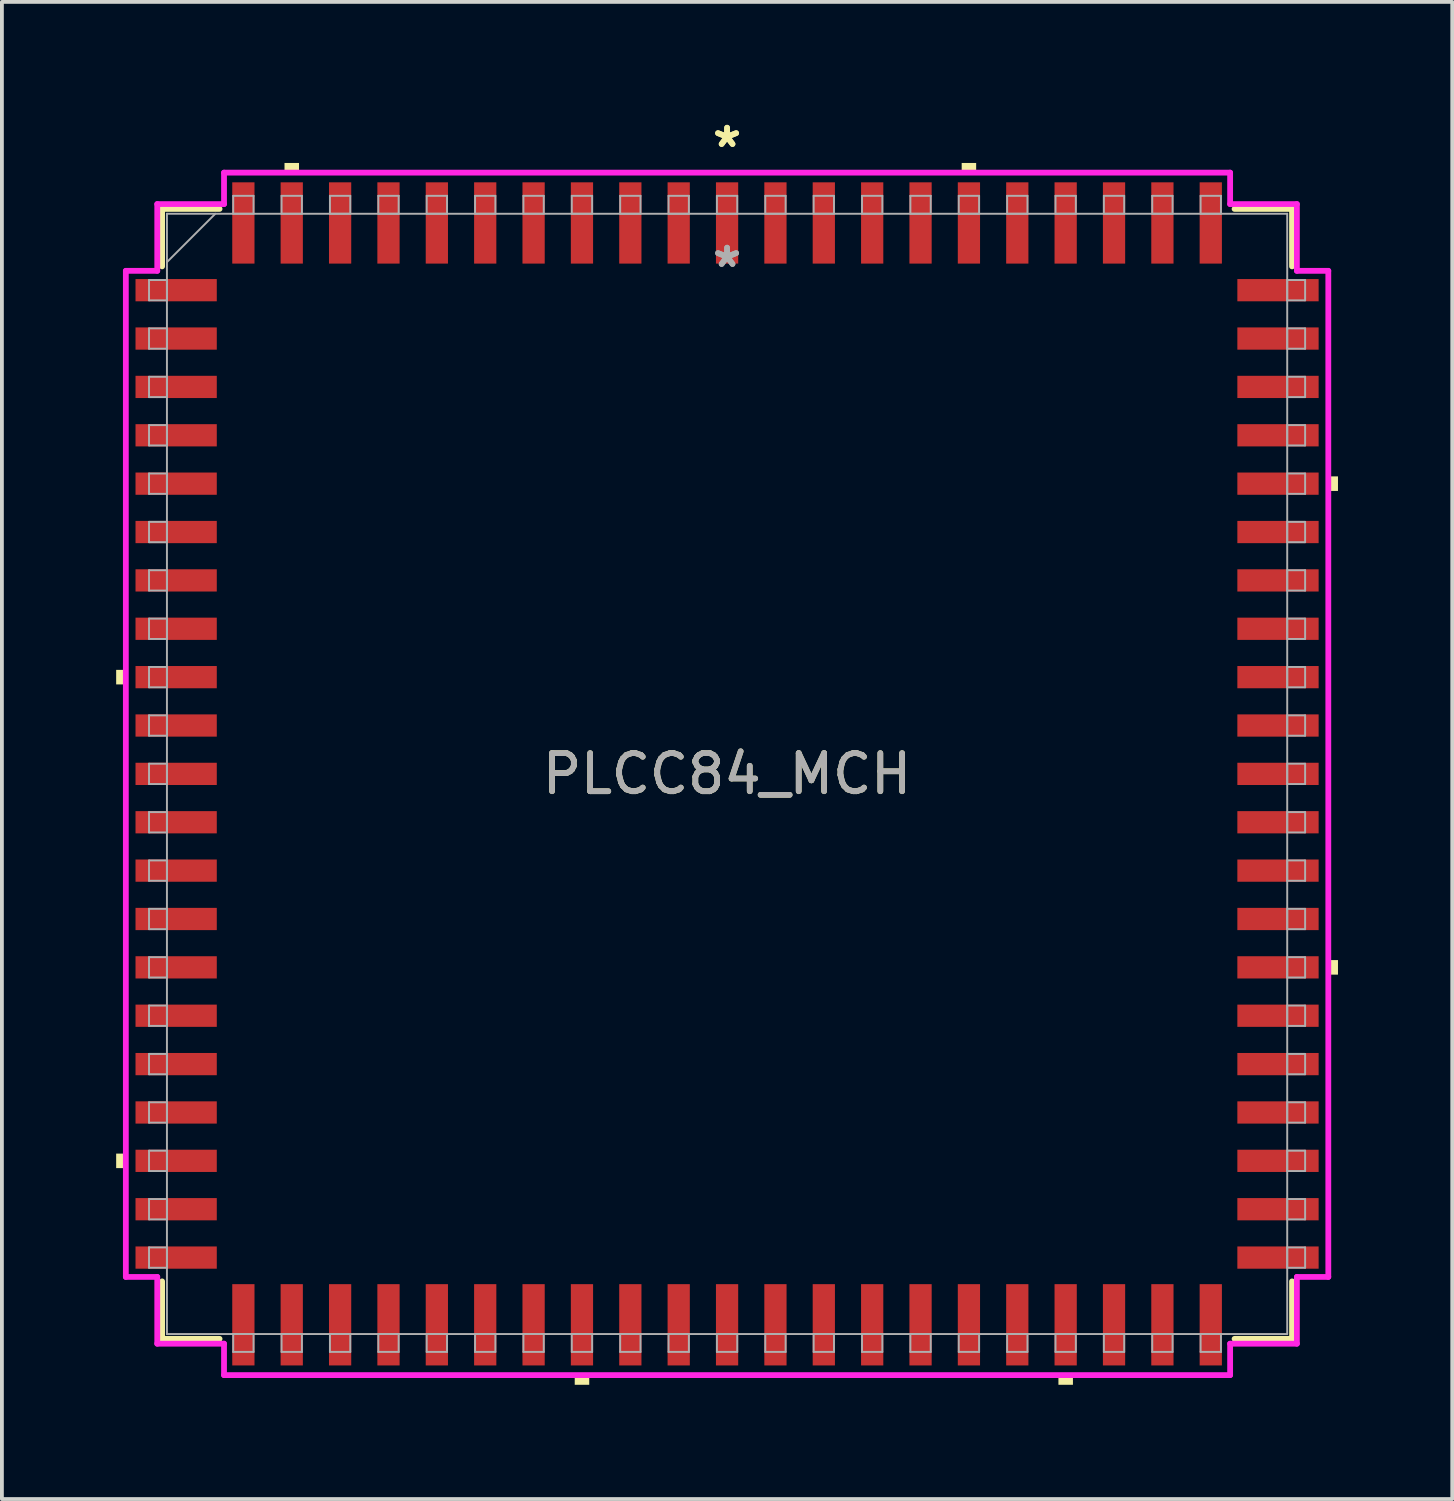
<source format=kicad_pcb>
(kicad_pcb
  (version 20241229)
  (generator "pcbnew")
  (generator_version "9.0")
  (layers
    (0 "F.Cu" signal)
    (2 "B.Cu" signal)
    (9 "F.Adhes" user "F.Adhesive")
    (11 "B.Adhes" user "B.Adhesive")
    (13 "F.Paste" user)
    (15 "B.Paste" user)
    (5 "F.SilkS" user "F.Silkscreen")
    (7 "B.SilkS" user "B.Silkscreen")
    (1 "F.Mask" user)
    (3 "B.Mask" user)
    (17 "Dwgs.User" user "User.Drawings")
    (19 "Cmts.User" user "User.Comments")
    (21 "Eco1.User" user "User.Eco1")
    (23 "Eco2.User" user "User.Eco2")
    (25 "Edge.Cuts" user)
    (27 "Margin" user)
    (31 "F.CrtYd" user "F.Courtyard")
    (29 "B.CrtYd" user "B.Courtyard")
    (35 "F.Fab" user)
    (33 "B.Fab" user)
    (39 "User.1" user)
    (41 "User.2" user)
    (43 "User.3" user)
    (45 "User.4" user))
  (footprint "PLCC84_MCH"
    (layer "F.Cu")
    (at 16.04 17.269)
    (property "Reference" "PLCC84_MCH" (at 0 0 0) (unlocked yes) (layer "F.SilkS") (effects (font (size 1 1) (thickness 0.15))))
    (attr smd)
    (fp_line (start -14.834 -14.834) (end -14.834 -13.325) (stroke (width 0.152) (type solid)) (layer "F.SilkS"))
    (fp_line (start -14.834 13.325) (end -14.834 14.834) (stroke (width 0.152) (type solid)) (layer "F.SilkS"))
    (fp_line (start -14.834 14.834) (end -13.325 14.834) (stroke (width 0.152) (type solid)) (layer "F.SilkS"))
    (fp_line (start -13.325 -14.834) (end -14.834 -14.834) (stroke (width 0.152) (type solid)) (layer "F.SilkS"))
    (fp_line (start 13.325 14.834) (end 14.834 14.834) (stroke (width 0.152) (type solid)) (layer "F.SilkS"))
    (fp_line (start 14.834 -14.834) (end 13.325 -14.834) (stroke (width 0.152) (type solid)) (layer "F.SilkS"))
    (fp_line (start 14.834 -13.325) (end 14.834 -14.834) (stroke (width 0.152) (type solid)) (layer "F.SilkS"))
    (fp_line (start 14.834 14.834) (end 14.834 13.325) (stroke (width 0.152) (type solid)) (layer "F.SilkS"))
    (fp_poly (pts (xy -16.04 -2.731) (xy -16.04 -2.349) (xy -15.786 -2.349) (xy -15.786 -2.731)) (stroke (width 0) (type solid)) (fill yes) (layer "F.SilkS"))
    (fp_poly (pts (xy -16.04 9.97) (xy -16.04 10.351) (xy -15.786 10.351) (xy -15.786 9.97)) (stroke (width 0) (type solid)) (fill yes) (layer "F.SilkS"))
    (fp_poly (pts (xy -11.62 -15.786) (xy -11.62 -16.04) (xy -11.239 -16.04) (xy -11.239 -15.786)) (stroke (width 0) (type solid)) (fill yes) (layer "F.SilkS"))
    (fp_poly (pts (xy -4 15.786) (xy -4 16.04) (xy -3.619 16.04) (xy -3.619 15.786)) (stroke (width 0) (type solid)) (fill yes) (layer "F.SilkS"))
    (fp_poly (pts (xy 6.16 -15.786) (xy 6.16 -16.04) (xy 6.54 -16.04) (xy 6.54 -15.786)) (stroke (width 0) (type solid)) (fill yes) (layer "F.SilkS"))
    (fp_poly (pts (xy 8.7 15.786) (xy 8.7 16.04) (xy 9.081 16.04) (xy 9.081 15.786)) (stroke (width 0) (type solid)) (fill yes) (layer "F.SilkS"))
    (fp_poly (pts (xy 16.04 -7.811) (xy 16.04 -7.429) (xy 15.786 -7.429) (xy 15.786 -7.811)) (stroke (width 0) (type solid)) (fill yes) (layer "F.SilkS"))
    (fp_poly (pts (xy 16.04 4.889) (xy 16.04 5.271) (xy 15.786 5.271) (xy 15.786 4.889)) (stroke (width 0) (type solid)) (fill yes) (layer "F.SilkS"))
    (fp_line (start -15.786 -13.208) (end -14.961 -13.208) (stroke (width 0.152) (type solid)) (layer "F.CrtYd"))
    (fp_line (start -15.786 13.208) (end -15.786 -13.208) (stroke (width 0.152) (type solid)) (layer "F.CrtYd"))
    (fp_line (start -15.786 13.208) (end -14.961 13.208) (stroke (width 0.152) (type solid)) (layer "F.CrtYd"))
    (fp_line (start -14.961 -14.961) (end -13.208 -14.961) (stroke (width 0.152) (type solid)) (layer "F.CrtYd"))
    (fp_line (start -14.961 -13.208) (end -14.961 -14.961) (stroke (width 0.152) (type solid)) (layer "F.CrtYd"))
    (fp_line (start -14.961 14.961) (end -14.961 13.208) (stroke (width 0.152) (type solid)) (layer "F.CrtYd"))
    (fp_line (start -13.208 -15.786) (end 13.208 -15.786) (stroke (width 0.152) (type solid)) (layer "F.CrtYd"))
    (fp_line (start -13.208 -14.961) (end -13.208 -15.786) (stroke (width 0.152) (type solid)) (layer "F.CrtYd"))
    (fp_line (start -13.208 14.961) (end -14.961 14.961) (stroke (width 0.152) (type solid)) (layer "F.CrtYd"))
    (fp_line (start -13.208 15.786) (end -13.208 14.961) (stroke (width 0.152) (type solid)) (layer "F.CrtYd"))
    (fp_line (start 13.208 -15.786) (end 13.208 -14.961) (stroke (width 0.152) (type solid)) (layer "F.CrtYd"))
    (fp_line (start 13.208 -14.961) (end 14.961 -14.961) (stroke (width 0.152) (type solid)) (layer "F.CrtYd"))
    (fp_line (start 13.208 14.961) (end 13.208 15.786) (stroke (width 0.152) (type solid)) (layer "F.CrtYd"))
    (fp_line (start 13.208 15.786) (end -13.208 15.786) (stroke (width 0.152) (type solid)) (layer "F.CrtYd"))
    (fp_line (start 14.961 -14.961) (end 14.961 -13.208) (stroke (width 0.152) (type solid)) (layer "F.CrtYd"))
    (fp_line (start 14.961 -13.208) (end 15.786 -13.208) (stroke (width 0.152) (type solid)) (layer "F.CrtYd"))
    (fp_line (start 14.961 13.208) (end 14.961 14.961) (stroke (width 0.152) (type solid)) (layer "F.CrtYd"))
    (fp_line (start 14.961 14.961) (end 13.208 14.961) (stroke (width 0.152) (type solid)) (layer "F.CrtYd"))
    (fp_line (start 15.786 -13.208) (end 15.786 13.208) (stroke (width 0.152) (type solid)) (layer "F.CrtYd"))
    (fp_line (start 15.786 13.208) (end 14.961 13.208) (stroke (width 0.152) (type solid)) (layer "F.CrtYd"))
    (fp_line (start -15.177 -12.967) (end -15.177 -12.433) (stroke (width 0.051) (type solid)) (layer "F.Fab"))
    (fp_line (start -15.177 -12.433) (end -14.707 -12.433) (stroke (width 0.051) (type solid)) (layer "F.Fab"))
    (fp_line (start -15.177 -11.697) (end -15.177 -11.163) (stroke (width 0.051) (type solid)) (layer "F.Fab"))
    (fp_line (start -15.177 -11.163) (end -14.707 -11.163) (stroke (width 0.051) (type solid)) (layer "F.Fab"))
    (fp_line (start -15.177 -10.427) (end -15.177 -9.893) (stroke (width 0.051) (type solid)) (layer "F.Fab"))
    (fp_line (start -15.177 -9.893) (end -14.707 -9.893) (stroke (width 0.051) (type solid)) (layer "F.Fab"))
    (fp_line (start -15.177 -9.157) (end -15.177 -8.623) (stroke (width 0.051) (type solid)) (layer "F.Fab"))
    (fp_line (start -15.177 -8.623) (end -14.707 -8.623) (stroke (width 0.051) (type solid)) (layer "F.Fab"))
    (fp_line (start -15.177 -7.887) (end -15.177 -7.353) (stroke (width 0.051) (type solid)) (layer "F.Fab"))
    (fp_line (start -15.177 -7.353) (end -14.707 -7.353) (stroke (width 0.051) (type solid)) (layer "F.Fab"))
    (fp_line (start -15.177 -6.617) (end -15.177 -6.083) (stroke (width 0.051) (type solid)) (layer "F.Fab"))
    (fp_line (start -15.177 -6.083) (end -14.707 -6.083) (stroke (width 0.051) (type solid)) (layer "F.Fab"))
    (fp_line (start -15.177 -5.347) (end -15.177 -4.813) (stroke (width 0.051) (type solid)) (layer "F.Fab"))
    (fp_line (start -15.177 -4.813) (end -14.707 -4.813) (stroke (width 0.051) (type solid)) (layer "F.Fab"))
    (fp_line (start -15.177 -4.077) (end -15.177 -3.543) (stroke (width 0.051) (type solid)) (layer "F.Fab"))
    (fp_line (start -15.177 -3.543) (end -14.707 -3.543) (stroke (width 0.051) (type solid)) (layer "F.Fab"))
    (fp_line (start -15.177 -2.807) (end -15.177 -2.273) (stroke (width 0.051) (type solid)) (layer "F.Fab"))
    (fp_line (start -15.177 -2.273) (end -14.707 -2.273) (stroke (width 0.051) (type solid)) (layer "F.Fab"))
    (fp_line (start -15.177 -1.537) (end -15.177 -1.003) (stroke (width 0.051) (type solid)) (layer "F.Fab"))
    (fp_line (start -15.177 -1.003) (end -14.707 -1.003) (stroke (width 0.051) (type solid)) (layer "F.Fab"))
    (fp_line (start -15.177 -0.267) (end -15.177 0.267) (stroke (width 0.051) (type solid)) (layer "F.Fab"))
    (fp_line (start -15.177 0.267) (end -14.707 0.267) (stroke (width 0.051) (type solid)) (layer "F.Fab"))
    (fp_line (start -15.177 1.003) (end -15.177 1.537) (stroke (width 0.051) (type solid)) (layer "F.Fab"))
    (fp_line (start -15.177 1.537) (end -14.707 1.537) (stroke (width 0.051) (type solid)) (layer "F.Fab"))
    (fp_line (start -15.177 2.273) (end -15.177 2.807) (stroke (width 0.051) (type solid)) (layer "F.Fab"))
    (fp_line (start -15.177 2.807) (end -14.707 2.807) (stroke (width 0.051) (type solid)) (layer "F.Fab"))
    (fp_line (start -15.177 3.543) (end -15.177 4.077) (stroke (width 0.051) (type solid)) (layer "F.Fab"))
    (fp_line (start -15.177 4.077) (end -14.707 4.077) (stroke (width 0.051) (type solid)) (layer "F.Fab"))
    (fp_line (start -15.177 4.813) (end -15.177 5.347) (stroke (width 0.051) (type solid)) (layer "F.Fab"))
    (fp_line (start -15.177 5.347) (end -14.707 5.347) (stroke (width 0.051) (type solid)) (layer "F.Fab"))
    (fp_line (start -15.177 6.083) (end -15.177 6.617) (stroke (width 0.051) (type solid)) (layer "F.Fab"))
    (fp_line (start -15.177 6.617) (end -14.707 6.617) (stroke (width 0.051) (type solid)) (layer "F.Fab"))
    (fp_line (start -15.177 7.353) (end -15.177 7.887) (stroke (width 0.051) (type solid)) (layer "F.Fab"))
    (fp_line (start -15.177 7.887) (end -14.707 7.887) (stroke (width 0.051) (type solid)) (layer "F.Fab"))
    (fp_line (start -15.177 8.623) (end -15.177 9.157) (stroke (width 0.051) (type solid)) (layer "F.Fab"))
    (fp_line (start -15.177 9.157) (end -14.707 9.157) (stroke (width 0.051) (type solid)) (layer "F.Fab"))
    (fp_line (start -15.177 9.893) (end -15.177 10.427) (stroke (width 0.051) (type solid)) (layer "F.Fab"))
    (fp_line (start -15.177 10.427) (end -14.707 10.427) (stroke (width 0.051) (type solid)) (layer "F.Fab"))
    (fp_line (start -15.177 11.163) (end -15.177 11.697) (stroke (width 0.051) (type solid)) (layer "F.Fab"))
    (fp_line (start -15.177 11.697) (end -14.707 11.697) (stroke (width 0.051) (type solid)) (layer "F.Fab"))
    (fp_line (start -15.177 12.433) (end -15.177 12.967) (stroke (width 0.051) (type solid)) (layer "F.Fab"))
    (fp_line (start -15.177 12.967) (end -14.707 12.967) (stroke (width 0.051) (type solid)) (layer "F.Fab"))
    (fp_line (start -14.707 -14.707) (end -14.707 14.707) (stroke (width 0.051) (type solid)) (layer "F.Fab"))
    (fp_line (start -14.707 -13.437) (end -13.437 -14.707) (stroke (width 0.051) (type solid)) (layer "F.Fab"))
    (fp_line (start -14.707 -12.967) (end -15.177 -12.967) (stroke (width 0.051) (type solid)) (layer "F.Fab"))
    (fp_line (start -14.707 -12.433) (end -14.707 -12.967) (stroke (width 0.051) (type solid)) (layer "F.Fab"))
    (fp_line (start -14.707 -11.697) (end -15.177 -11.697) (stroke (width 0.051) (type solid)) (layer "F.Fab"))
    (fp_line (start -14.707 -11.163) (end -14.707 -11.697) (stroke (width 0.051) (type solid)) (layer "F.Fab"))
    (fp_line (start -14.707 -10.427) (end -15.177 -10.427) (stroke (width 0.051) (type solid)) (layer "F.Fab"))
    (fp_line (start -14.707 -9.893) (end -14.707 -10.427) (stroke (width 0.051) (type solid)) (layer "F.Fab"))
    (fp_line (start -14.707 -9.157) (end -15.177 -9.157) (stroke (width 0.051) (type solid)) (layer "F.Fab"))
    (fp_line (start -14.707 -8.623) (end -14.707 -9.157) (stroke (width 0.051) (type solid)) (layer "F.Fab"))
    (fp_line (start -14.707 -7.887) (end -15.177 -7.887) (stroke (width 0.051) (type solid)) (layer "F.Fab"))
    (fp_line (start -14.707 -7.353) (end -14.707 -7.887) (stroke (width 0.051) (type solid)) (layer "F.Fab"))
    (fp_line (start -14.707 -6.617) (end -15.177 -6.617) (stroke (width 0.051) (type solid)) (layer "F.Fab"))
    (fp_line (start -14.707 -6.083) (end -14.707 -6.617) (stroke (width 0.051) (type solid)) (layer "F.Fab"))
    (fp_line (start -14.707 -5.347) (end -15.177 -5.347) (stroke (width 0.051) (type solid)) (layer "F.Fab"))
    (fp_line (start -14.707 -4.813) (end -14.707 -5.347) (stroke (width 0.051) (type solid)) (layer "F.Fab"))
    (fp_line (start -14.707 -4.077) (end -15.177 -4.077) (stroke (width 0.051) (type solid)) (layer "F.Fab"))
    (fp_line (start -14.707 -3.543) (end -14.707 -4.077) (stroke (width 0.051) (type solid)) (layer "F.Fab"))
    (fp_line (start -14.707 -2.807) (end -15.177 -2.807) (stroke (width 0.051) (type solid)) (layer "F.Fab"))
    (fp_line (start -14.707 -2.273) (end -14.707 -2.807) (stroke (width 0.051) (type solid)) (layer "F.Fab"))
    (fp_line (start -14.707 -1.537) (end -15.177 -1.537) (stroke (width 0.051) (type solid)) (layer "F.Fab"))
    (fp_line (start -14.707 -1.003) (end -14.707 -1.537) (stroke (width 0.051) (type solid)) (layer "F.Fab"))
    (fp_line (start -14.707 -0.267) (end -15.177 -0.267) (stroke (width 0.051) (type solid)) (layer "F.Fab"))
    (fp_line (start -14.707 0.267) (end -14.707 -0.267) (stroke (width 0.051) (type solid)) (layer "F.Fab"))
    (fp_line (start -14.707 1.003) (end -15.177 1.003) (stroke (width 0.051) (type solid)) (layer "F.Fab"))
    (fp_line (start -14.707 1.537) (end -14.707 1.003) (stroke (width 0.051) (type solid)) (layer "F.Fab"))
    (fp_line (start -14.707 2.273) (end -15.177 2.273) (stroke (width 0.051) (type solid)) (layer "F.Fab"))
    (fp_line (start -14.707 2.807) (end -14.707 2.273) (stroke (width 0.051) (type solid)) (layer "F.Fab"))
    (fp_line (start -14.707 3.543) (end -15.177 3.543) (stroke (width 0.051) (type solid)) (layer "F.Fab"))
    (fp_line (start -14.707 4.077) (end -14.707 3.543) (stroke (width 0.051) (type solid)) (layer "F.Fab"))
    (fp_line (start -14.707 4.813) (end -15.177 4.813) (stroke (width 0.051) (type solid)) (layer "F.Fab"))
    (fp_line (start -14.707 5.347) (end -14.707 4.813) (stroke (width 0.051) (type solid)) (layer "F.Fab"))
    (fp_line (start -14.707 6.083) (end -15.177 6.083) (stroke (width 0.051) (type solid)) (layer "F.Fab"))
    (fp_line (start -14.707 6.617) (end -14.707 6.083) (stroke (width 0.051) (type solid)) (layer "F.Fab"))
    (fp_line (start -14.707 7.353) (end -15.177 7.353) (stroke (width 0.051) (type solid)) (layer "F.Fab"))
    (fp_line (start -14.707 7.887) (end -14.707 7.353) (stroke (width 0.051) (type solid)) (layer "F.Fab"))
    (fp_line (start -14.707 8.623) (end -15.177 8.623) (stroke (width 0.051) (type solid)) (layer "F.Fab"))
    (fp_line (start -14.707 9.157) (end -14.707 8.623) (stroke (width 0.051) (type solid)) (layer "F.Fab"))
    (fp_line (start -14.707 9.893) (end -15.177 9.893) (stroke (width 0.051) (type solid)) (layer "F.Fab"))
    (fp_line (start -14.707 10.427) (end -14.707 9.893) (stroke (width 0.051) (type solid)) (layer "F.Fab"))
    (fp_line (start -14.707 11.163) (end -15.177 11.163) (stroke (width 0.051) (type solid)) (layer "F.Fab"))
    (fp_line (start -14.707 11.697) (end -14.707 11.163) (stroke (width 0.051) (type solid)) (layer "F.Fab"))
    (fp_line (start -14.707 12.433) (end -15.177 12.433) (stroke (width 0.051) (type solid)) (layer "F.Fab"))
    (fp_line (start -14.707 12.967) (end -14.707 12.433) (stroke (width 0.051) (type solid)) (layer "F.Fab"))
    (fp_line (start -14.707 14.707) (end 14.707 14.707) (stroke (width 0.051) (type solid)) (layer "F.Fab"))
    (fp_line (start -12.967 -15.177) (end -12.967 -14.707) (stroke (width 0.051) (type solid)) (layer "F.Fab"))
    (fp_line (start -12.967 -14.707) (end -12.433 -14.707) (stroke (width 0.051) (type solid)) (layer "F.Fab"))
    (fp_line (start -12.967 14.707) (end -12.967 15.177) (stroke (width 0.051) (type solid)) (layer "F.Fab"))
    (fp_line (start -12.967 15.177) (end -12.433 15.177) (stroke (width 0.051) (type solid)) (layer "F.Fab"))
    (fp_line (start -12.433 -15.177) (end -12.967 -15.177) (stroke (width 0.051) (type solid)) (layer "F.Fab"))
    (fp_line (start -12.433 -14.707) (end -12.433 -15.177) (stroke (width 0.051) (type solid)) (layer "F.Fab"))
    (fp_line (start -12.433 14.707) (end -12.967 14.707) (stroke (width 0.051) (type solid)) (layer "F.Fab"))
    (fp_line (start -12.433 15.177) (end -12.433 14.707) (stroke (width 0.051) (type solid)) (layer "F.Fab"))
    (fp_line (start -11.697 -15.177) (end -11.697 -14.707) (stroke (width 0.051) (type solid)) (layer "F.Fab"))
    (fp_line (start -11.697 -14.707) (end -11.163 -14.707) (stroke (width 0.051) (type solid)) (layer "F.Fab"))
    (fp_line (start -11.697 14.707) (end -11.697 15.177) (stroke (width 0.051) (type solid)) (layer "F.Fab"))
    (fp_line (start -11.697 15.177) (end -11.163 15.177) (stroke (width 0.051) (type solid)) (layer "F.Fab"))
    (fp_line (start -11.163 -15.177) (end -11.697 -15.177) (stroke (width 0.051) (type solid)) (layer "F.Fab"))
    (fp_line (start -11.163 -14.707) (end -11.163 -15.177) (stroke (width 0.051) (type solid)) (layer "F.Fab"))
    (fp_line (start -11.163 14.707) (end -11.697 14.707) (stroke (width 0.051) (type solid)) (layer "F.Fab"))
    (fp_line (start -11.163 15.177) (end -11.163 14.707) (stroke (width 0.051) (type solid)) (layer "F.Fab"))
    (fp_line (start -10.427 -15.177) (end -10.427 -14.707) (stroke (width 0.051) (type solid)) (layer "F.Fab"))
    (fp_line (start -10.427 -14.707) (end -9.893 -14.707) (stroke (width 0.051) (type solid)) (layer "F.Fab"))
    (fp_line (start -10.427 14.707) (end -10.427 15.177) (stroke (width 0.051) (type solid)) (layer "F.Fab"))
    (fp_line (start -10.427 15.177) (end -9.893 15.177) (stroke (width 0.051) (type solid)) (layer "F.Fab"))
    (fp_line (start -9.893 -15.177) (end -10.427 -15.177) (stroke (width 0.051) (type solid)) (layer "F.Fab"))
    (fp_line (start -9.893 -14.707) (end -9.893 -15.177) (stroke (width 0.051) (type solid)) (layer "F.Fab"))
    (fp_line (start -9.893 14.707) (end -10.427 14.707) (stroke (width 0.051) (type solid)) (layer "F.Fab"))
    (fp_line (start -9.893 15.177) (end -9.893 14.707) (stroke (width 0.051) (type solid)) (layer "F.Fab"))
    (fp_line (start -9.157 -15.177) (end -9.157 -14.707) (stroke (width 0.051) (type solid)) (layer "F.Fab"))
    (fp_line (start -9.157 -14.707) (end -8.623 -14.707) (stroke (width 0.051) (type solid)) (layer "F.Fab"))
    (fp_line (start -9.157 14.707) (end -9.157 15.177) (stroke (width 0.051) (type solid)) (layer "F.Fab"))
    (fp_line (start -9.157 15.177) (end -8.623 15.177) (stroke (width 0.051) (type solid)) (layer "F.Fab"))
    (fp_line (start -8.623 -15.177) (end -9.157 -15.177) (stroke (width 0.051) (type solid)) (layer "F.Fab"))
    (fp_line (start -8.623 -14.707) (end -8.623 -15.177) (stroke (width 0.051) (type solid)) (layer "F.Fab"))
    (fp_line (start -8.623 14.707) (end -9.157 14.707) (stroke (width 0.051) (type solid)) (layer "F.Fab"))
    (fp_line (start -8.623 15.177) (end -8.623 14.707) (stroke (width 0.051) (type solid)) (layer "F.Fab"))
    (fp_line (start -7.887 -15.177) (end -7.887 -14.707) (stroke (width 0.051) (type solid)) (layer "F.Fab"))
    (fp_line (start -7.887 -14.707) (end -7.353 -14.707) (stroke (width 0.051) (type solid)) (layer "F.Fab"))
    (fp_line (start -7.887 14.707) (end -7.887 15.177) (stroke (width 0.051) (type solid)) (layer "F.Fab"))
    (fp_line (start -7.887 15.177) (end -7.353 15.177) (stroke (width 0.051) (type solid)) (layer "F.Fab"))
    (fp_line (start -7.353 -15.177) (end -7.887 -15.177) (stroke (width 0.051) (type solid)) (layer "F.Fab"))
    (fp_line (start -7.353 -14.707) (end -7.353 -15.177) (stroke (width 0.051) (type solid)) (layer "F.Fab"))
    (fp_line (start -7.353 14.707) (end -7.887 14.707) (stroke (width 0.051) (type solid)) (layer "F.Fab"))
    (fp_line (start -7.353 15.177) (end -7.353 14.707) (stroke (width 0.051) (type solid)) (layer "F.Fab"))
    (fp_line (start -6.617 -15.177) (end -6.617 -14.707) (stroke (width 0.051) (type solid)) (layer "F.Fab"))
    (fp_line (start -6.617 -14.707) (end -6.083 -14.707) (stroke (width 0.051) (type solid)) (layer "F.Fab"))
    (fp_line (start -6.617 14.707) (end -6.617 15.177) (stroke (width 0.051) (type solid)) (layer "F.Fab"))
    (fp_line (start -6.617 15.177) (end -6.083 15.177) (stroke (width 0.051) (type solid)) (layer "F.Fab"))
    (fp_line (start -6.083 -15.177) (end -6.617 -15.177) (stroke (width 0.051) (type solid)) (layer "F.Fab"))
    (fp_line (start -6.083 -14.707) (end -6.083 -15.177) (stroke (width 0.051) (type solid)) (layer "F.Fab"))
    (fp_line (start -6.083 14.707) (end -6.617 14.707) (stroke (width 0.051) (type solid)) (layer "F.Fab"))
    (fp_line (start -6.083 15.177) (end -6.083 14.707) (stroke (width 0.051) (type solid)) (layer "F.Fab"))
    (fp_line (start -5.347 -15.177) (end -5.347 -14.707) (stroke (width 0.051) (type solid)) (layer "F.Fab"))
    (fp_line (start -5.347 -14.707) (end -4.813 -14.707) (stroke (width 0.051) (type solid)) (layer "F.Fab"))
    (fp_line (start -5.347 14.707) (end -5.347 15.177) (stroke (width 0.051) (type solid)) (layer "F.Fab"))
    (fp_line (start -5.347 15.177) (end -4.813 15.177) (stroke (width 0.051) (type solid)) (layer "F.Fab"))
    (fp_line (start -4.813 -15.177) (end -5.347 -15.177) (stroke (width 0.051) (type solid)) (layer "F.Fab"))
    (fp_line (start -4.813 -14.707) (end -4.813 -15.177) (stroke (width 0.051) (type solid)) (layer "F.Fab"))
    (fp_line (start -4.813 14.707) (end -5.347 14.707) (stroke (width 0.051) (type solid)) (layer "F.Fab"))
    (fp_line (start -4.813 15.177) (end -4.813 14.707) (stroke (width 0.051) (type solid)) (layer "F.Fab"))
    (fp_line (start -4.077 -15.177) (end -4.077 -14.707) (stroke (width 0.051) (type solid)) (layer "F.Fab"))
    (fp_line (start -4.077 -14.707) (end -3.543 -14.707) (stroke (width 0.051) (type solid)) (layer "F.Fab"))
    (fp_line (start -4.077 14.707) (end -4.077 15.177) (stroke (width 0.051) (type solid)) (layer "F.Fab"))
    (fp_line (start -4.077 15.177) (end -3.543 15.177) (stroke (width 0.051) (type solid)) (layer "F.Fab"))
    (fp_line (start -3.543 -15.177) (end -4.077 -15.177) (stroke (width 0.051) (type solid)) (layer "F.Fab"))
    (fp_line (start -3.543 -14.707) (end -3.543 -15.177) (stroke (width 0.051) (type solid)) (layer "F.Fab"))
    (fp_line (start -3.543 14.707) (end -4.077 14.707) (stroke (width 0.051) (type solid)) (layer "F.Fab"))
    (fp_line (start -3.543 15.177) (end -3.543 14.707) (stroke (width 0.051) (type solid)) (layer "F.Fab"))
    (fp_line (start -2.807 -15.177) (end -2.807 -14.707) (stroke (width 0.051) (type solid)) (layer "F.Fab"))
    (fp_line (start -2.807 -14.707) (end -2.273 -14.707) (stroke (width 0.051) (type solid)) (layer "F.Fab"))
    (fp_line (start -2.807 14.707) (end -2.807 15.177) (stroke (width 0.051) (type solid)) (layer "F.Fab"))
    (fp_line (start -2.807 15.177) (end -2.273 15.177) (stroke (width 0.051) (type solid)) (layer "F.Fab"))
    (fp_line (start -2.273 -15.177) (end -2.807 -15.177) (stroke (width 0.051) (type solid)) (layer "F.Fab"))
    (fp_line (start -2.273 -14.707) (end -2.273 -15.177) (stroke (width 0.051) (type solid)) (layer "F.Fab"))
    (fp_line (start -2.273 14.707) (end -2.807 14.707) (stroke (width 0.051) (type solid)) (layer "F.Fab"))
    (fp_line (start -2.273 15.177) (end -2.273 14.707) (stroke (width 0.051) (type solid)) (layer "F.Fab"))
    (fp_line (start -1.537 -15.177) (end -1.537 -14.707) (stroke (width 0.051) (type solid)) (layer "F.Fab"))
    (fp_line (start -1.537 -14.707) (end -1.003 -14.707) (stroke (width 0.051) (type solid)) (layer "F.Fab"))
    (fp_line (start -1.537 14.707) (end -1.537 15.177) (stroke (width 0.051) (type solid)) (layer "F.Fab"))
    (fp_line (start -1.537 15.177) (end -1.003 15.177) (stroke (width 0.051) (type solid)) (layer "F.Fab"))
    (fp_line (start -1.003 -15.177) (end -1.537 -15.177) (stroke (width 0.051) (type solid)) (layer "F.Fab"))
    (fp_line (start -1.003 -14.707) (end -1.003 -15.177) (stroke (width 0.051) (type solid)) (layer "F.Fab"))
    (fp_line (start -1.003 14.707) (end -1.537 14.707) (stroke (width 0.051) (type solid)) (layer "F.Fab"))
    (fp_line (start -1.003 15.177) (end -1.003 14.707) (stroke (width 0.051) (type solid)) (layer "F.Fab"))
    (fp_line (start -0.267 -15.177) (end -0.267 -14.707) (stroke (width 0.051) (type solid)) (layer "F.Fab"))
    (fp_line (start -0.267 -14.707) (end 0.267 -14.707) (stroke (width 0.051) (type solid)) (layer "F.Fab"))
    (fp_line (start -0.267 14.707) (end -0.267 15.177) (stroke (width 0.051) (type solid)) (layer "F.Fab"))
    (fp_line (start -0.267 15.177) (end 0.267 15.177) (stroke (width 0.051) (type solid)) (layer "F.Fab"))
    (fp_line (start 0.267 -15.177) (end -0.267 -15.177) (stroke (width 0.051) (type solid)) (layer "F.Fab"))
    (fp_line (start 0.267 -14.707) (end 0.267 -15.177) (stroke (width 0.051) (type solid)) (layer "F.Fab"))
    (fp_line (start 0.267 14.707) (end -0.267 14.707) (stroke (width 0.051) (type solid)) (layer "F.Fab"))
    (fp_line (start 0.267 15.177) (end 0.267 14.707) (stroke (width 0.051) (type solid)) (layer "F.Fab"))
    (fp_line (start 1.003 -15.177) (end 1.003 -14.707) (stroke (width 0.051) (type solid)) (layer "F.Fab"))
    (fp_line (start 1.003 -14.707) (end 1.537 -14.707) (stroke (width 0.051) (type solid)) (layer "F.Fab"))
    (fp_line (start 1.003 14.707) (end 1.003 15.177) (stroke (width 0.051) (type solid)) (layer "F.Fab"))
    (fp_line (start 1.003 15.177) (end 1.537 15.177) (stroke (width 0.051) (type solid)) (layer "F.Fab"))
    (fp_line (start 1.537 -15.177) (end 1.003 -15.177) (stroke (width 0.051) (type solid)) (layer "F.Fab"))
    (fp_line (start 1.537 -14.707) (end 1.537 -15.177) (stroke (width 0.051) (type solid)) (layer "F.Fab"))
    (fp_line (start 1.537 14.707) (end 1.003 14.707) (stroke (width 0.051) (type solid)) (layer "F.Fab"))
    (fp_line (start 1.537 15.177) (end 1.537 14.707) (stroke (width 0.051) (type solid)) (layer "F.Fab"))
    (fp_line (start 2.273 -15.177) (end 2.273 -14.707) (stroke (width 0.051) (type solid)) (layer "F.Fab"))
    (fp_line (start 2.273 -14.707) (end 2.807 -14.707) (stroke (width 0.051) (type solid)) (layer "F.Fab"))
    (fp_line (start 2.273 14.707) (end 2.273 15.177) (stroke (width 0.051) (type solid)) (layer "F.Fab"))
    (fp_line (start 2.273 15.177) (end 2.807 15.177) (stroke (width 0.051) (type solid)) (layer "F.Fab"))
    (fp_line (start 2.807 -15.177) (end 2.273 -15.177) (stroke (width 0.051) (type solid)) (layer "F.Fab"))
    (fp_line (start 2.807 -14.707) (end 2.807 -15.177) (stroke (width 0.051) (type solid)) (layer "F.Fab"))
    (fp_line (start 2.807 14.707) (end 2.273 14.707) (stroke (width 0.051) (type solid)) (layer "F.Fab"))
    (fp_line (start 2.807 15.177) (end 2.807 14.707) (stroke (width 0.051) (type solid)) (layer "F.Fab"))
    (fp_line (start 3.543 -15.177) (end 3.543 -14.707) (stroke (width 0.051) (type solid)) (layer "F.Fab"))
    (fp_line (start 3.543 -14.707) (end 4.077 -14.707) (stroke (width 0.051) (type solid)) (layer "F.Fab"))
    (fp_line (start 3.543 14.707) (end 3.543 15.177) (stroke (width 0.051) (type solid)) (layer "F.Fab"))
    (fp_line (start 3.543 15.177) (end 4.077 15.177) (stroke (width 0.051) (type solid)) (layer "F.Fab"))
    (fp_line (start 4.077 -15.177) (end 3.543 -15.177) (stroke (width 0.051) (type solid)) (layer "F.Fab"))
    (fp_line (start 4.077 -14.707) (end 4.077 -15.177) (stroke (width 0.051) (type solid)) (layer "F.Fab"))
    (fp_line (start 4.077 14.707) (end 3.543 14.707) (stroke (width 0.051) (type solid)) (layer "F.Fab"))
    (fp_line (start 4.077 15.177) (end 4.077 14.707) (stroke (width 0.051) (type solid)) (layer "F.Fab"))
    (fp_line (start 4.813 -15.177) (end 4.813 -14.707) (stroke (width 0.051) (type solid)) (layer "F.Fab"))
    (fp_line (start 4.813 -14.707) (end 5.347 -14.707) (stroke (width 0.051) (type solid)) (layer "F.Fab"))
    (fp_line (start 4.813 14.707) (end 4.813 15.177) (stroke (width 0.051) (type solid)) (layer "F.Fab"))
    (fp_line (start 4.813 15.177) (end 5.347 15.177) (stroke (width 0.051) (type solid)) (layer "F.Fab"))
    (fp_line (start 5.347 -15.177) (end 4.813 -15.177) (stroke (width 0.051) (type solid)) (layer "F.Fab"))
    (fp_line (start 5.347 -14.707) (end 5.347 -15.177) (stroke (width 0.051) (type solid)) (layer "F.Fab"))
    (fp_line (start 5.347 14.707) (end 4.813 14.707) (stroke (width 0.051) (type solid)) (layer "F.Fab"))
    (fp_line (start 5.347 15.177) (end 5.347 14.707) (stroke (width 0.051) (type solid)) (layer "F.Fab"))
    (fp_line (start 6.083 -15.177) (end 6.083 -14.707) (stroke (width 0.051) (type solid)) (layer "F.Fab"))
    (fp_line (start 6.083 -14.707) (end 6.617 -14.707) (stroke (width 0.051) (type solid)) (layer "F.Fab"))
    (fp_line (start 6.083 14.707) (end 6.083 15.177) (stroke (width 0.051) (type solid)) (layer "F.Fab"))
    (fp_line (start 6.083 15.177) (end 6.617 15.177) (stroke (width 0.051) (type solid)) (layer "F.Fab"))
    (fp_line (start 6.617 -15.177) (end 6.083 -15.177) (stroke (width 0.051) (type solid)) (layer "F.Fab"))
    (fp_line (start 6.617 -14.707) (end 6.617 -15.177) (stroke (width 0.051) (type solid)) (layer "F.Fab"))
    (fp_line (start 6.617 14.707) (end 6.083 14.707) (stroke (width 0.051) (type solid)) (layer "F.Fab"))
    (fp_line (start 6.617 15.177) (end 6.617 14.707) (stroke (width 0.051) (type solid)) (layer "F.Fab"))
    (fp_line (start 7.353 -15.177) (end 7.353 -14.707) (stroke (width 0.051) (type solid)) (layer "F.Fab"))
    (fp_line (start 7.353 -14.707) (end 7.887 -14.707) (stroke (width 0.051) (type solid)) (layer "F.Fab"))
    (fp_line (start 7.353 14.707) (end 7.353 15.177) (stroke (width 0.051) (type solid)) (layer "F.Fab"))
    (fp_line (start 7.353 15.177) (end 7.887 15.177) (stroke (width 0.051) (type solid)) (layer "F.Fab"))
    (fp_line (start 7.887 -15.177) (end 7.353 -15.177) (stroke (width 0.051) (type solid)) (layer "F.Fab"))
    (fp_line (start 7.887 -14.707) (end 7.887 -15.177) (stroke (width 0.051) (type solid)) (layer "F.Fab"))
    (fp_line (start 7.887 14.707) (end 7.353 14.707) (stroke (width 0.051) (type solid)) (layer "F.Fab"))
    (fp_line (start 7.887 15.177) (end 7.887 14.707) (stroke (width 0.051) (type solid)) (layer "F.Fab"))
    (fp_line (start 8.623 -15.177) (end 8.623 -14.707) (stroke (width 0.051) (type solid)) (layer "F.Fab"))
    (fp_line (start 8.623 -14.707) (end 9.157 -14.707) (stroke (width 0.051) (type solid)) (layer "F.Fab"))
    (fp_line (start 8.623 14.707) (end 8.623 15.177) (stroke (width 0.051) (type solid)) (layer "F.Fab"))
    (fp_line (start 8.623 15.177) (end 9.157 15.177) (stroke (width 0.051) (type solid)) (layer "F.Fab"))
    (fp_line (start 9.157 -15.177) (end 8.623 -15.177) (stroke (width 0.051) (type solid)) (layer "F.Fab"))
    (fp_line (start 9.157 -14.707) (end 9.157 -15.177) (stroke (width 0.051) (type solid)) (layer "F.Fab"))
    (fp_line (start 9.157 14.707) (end 8.623 14.707) (stroke (width 0.051) (type solid)) (layer "F.Fab"))
    (fp_line (start 9.157 15.177) (end 9.157 14.707) (stroke (width 0.051) (type solid)) (layer "F.Fab"))
    (fp_line (start 9.893 -15.177) (end 9.893 -14.707) (stroke (width 0.051) (type solid)) (layer "F.Fab"))
    (fp_line (start 9.893 -14.707) (end 10.427 -14.707) (stroke (width 0.051) (type solid)) (layer "F.Fab"))
    (fp_line (start 9.893 14.707) (end 9.893 15.177) (stroke (width 0.051) (type solid)) (layer "F.Fab"))
    (fp_line (start 9.893 15.177) (end 10.427 15.177) (stroke (width 0.051) (type solid)) (layer "F.Fab"))
    (fp_line (start 10.427 -15.177) (end 9.893 -15.177) (stroke (width 0.051) (type solid)) (layer "F.Fab"))
    (fp_line (start 10.427 -14.707) (end 10.427 -15.177) (stroke (width 0.051) (type solid)) (layer "F.Fab"))
    (fp_line (start 10.427 14.707) (end 9.893 14.707) (stroke (width 0.051) (type solid)) (layer "F.Fab"))
    (fp_line (start 10.427 15.177) (end 10.427 14.707) (stroke (width 0.051) (type solid)) (layer "F.Fab"))
    (fp_line (start 11.163 -15.177) (end 11.163 -14.707) (stroke (width 0.051) (type solid)) (layer "F.Fab"))
    (fp_line (start 11.163 -14.707) (end 11.697 -14.707) (stroke (width 0.051) (type solid)) (layer "F.Fab"))
    (fp_line (start 11.163 14.707) (end 11.163 15.177) (stroke (width 0.051) (type solid)) (layer "F.Fab"))
    (fp_line (start 11.163 15.177) (end 11.697 15.177) (stroke (width 0.051) (type solid)) (layer "F.Fab"))
    (fp_line (start 11.697 -15.177) (end 11.163 -15.177) (stroke (width 0.051) (type solid)) (layer "F.Fab"))
    (fp_line (start 11.697 -14.707) (end 11.697 -15.177) (stroke (width 0.051) (type solid)) (layer "F.Fab"))
    (fp_line (start 11.697 14.707) (end 11.163 14.707) (stroke (width 0.051) (type solid)) (layer "F.Fab"))
    (fp_line (start 11.697 15.177) (end 11.697 14.707) (stroke (width 0.051) (type solid)) (layer "F.Fab"))
    (fp_line (start 12.433 -15.177) (end 12.433 -14.707) (stroke (width 0.051) (type solid)) (layer "F.Fab"))
    (fp_line (start 12.433 -14.707) (end 12.967 -14.707) (stroke (width 0.051) (type solid)) (layer "F.Fab"))
    (fp_line (start 12.433 14.707) (end 12.433 15.177) (stroke (width 0.051) (type solid)) (layer "F.Fab"))
    (fp_line (start 12.433 15.177) (end 12.967 15.177) (stroke (width 0.051) (type solid)) (layer "F.Fab"))
    (fp_line (start 12.967 -15.177) (end 12.433 -15.177) (stroke (width 0.051) (type solid)) (layer "F.Fab"))
    (fp_line (start 12.967 -14.707) (end 12.967 -15.177) (stroke (width 0.051) (type solid)) (layer "F.Fab"))
    (fp_line (start 12.967 14.707) (end 12.433 14.707) (stroke (width 0.051) (type solid)) (layer "F.Fab"))
    (fp_line (start 12.967 15.177) (end 12.967 14.707) (stroke (width 0.051) (type solid)) (layer "F.Fab"))
    (fp_line (start 14.707 -14.707) (end -14.707 -14.707) (stroke (width 0.051) (type solid)) (layer "F.Fab"))
    (fp_line (start 14.707 -12.967) (end 14.707 -12.433) (stroke (width 0.051) (type solid)) (layer "F.Fab"))
    (fp_line (start 14.707 -12.433) (end 15.177 -12.433) (stroke (width 0.051) (type solid)) (layer "F.Fab"))
    (fp_line (start 14.707 -11.697) (end 14.707 -11.163) (stroke (width 0.051) (type solid)) (layer "F.Fab"))
    (fp_line (start 14.707 -11.163) (end 15.177 -11.163) (stroke (width 0.051) (type solid)) (layer "F.Fab"))
    (fp_line (start 14.707 -10.427) (end 14.707 -9.893) (stroke (width 0.051) (type solid)) (layer "F.Fab"))
    (fp_line (start 14.707 -9.893) (end 15.177 -9.893) (stroke (width 0.051) (type solid)) (layer "F.Fab"))
    (fp_line (start 14.707 -9.157) (end 14.707 -8.623) (stroke (width 0.051) (type solid)) (layer "F.Fab"))
    (fp_line (start 14.707 -8.623) (end 15.177 -8.623) (stroke (width 0.051) (type solid)) (layer "F.Fab"))
    (fp_line (start 14.707 -7.887) (end 14.707 -7.353) (stroke (width 0.051) (type solid)) (layer "F.Fab"))
    (fp_line (start 14.707 -7.353) (end 15.177 -7.353) (stroke (width 0.051) (type solid)) (layer "F.Fab"))
    (fp_line (start 14.707 -6.617) (end 14.707 -6.083) (stroke (width 0.051) (type solid)) (layer "F.Fab"))
    (fp_line (start 14.707 -6.083) (end 15.177 -6.083) (stroke (width 0.051) (type solid)) (layer "F.Fab"))
    (fp_line (start 14.707 -5.347) (end 14.707 -4.813) (stroke (width 0.051) (type solid)) (layer "F.Fab"))
    (fp_line (start 14.707 -4.813) (end 15.177 -4.813) (stroke (width 0.051) (type solid)) (layer "F.Fab"))
    (fp_line (start 14.707 -4.077) (end 14.707 -3.543) (stroke (width 0.051) (type solid)) (layer "F.Fab"))
    (fp_line (start 14.707 -3.543) (end 15.177 -3.543) (stroke (width 0.051) (type solid)) (layer "F.Fab"))
    (fp_line (start 14.707 -2.807) (end 14.707 -2.273) (stroke (width 0.051) (type solid)) (layer "F.Fab"))
    (fp_line (start 14.707 -2.273) (end 15.177 -2.273) (stroke (width 0.051) (type solid)) (layer "F.Fab"))
    (fp_line (start 14.707 -1.537) (end 14.707 -1.003) (stroke (width 0.051) (type solid)) (layer "F.Fab"))
    (fp_line (start 14.707 -1.003) (end 15.177 -1.003) (stroke (width 0.051) (type solid)) (layer "F.Fab"))
    (fp_line (start 14.707 -0.267) (end 14.707 0.267) (stroke (width 0.051) (type solid)) (layer "F.Fab"))
    (fp_line (start 14.707 0.267) (end 15.177 0.267) (stroke (width 0.051) (type solid)) (layer "F.Fab"))
    (fp_line (start 14.707 1.003) (end 14.707 1.537) (stroke (width 0.051) (type solid)) (layer "F.Fab"))
    (fp_line (start 14.707 1.537) (end 15.177 1.537) (stroke (width 0.051) (type solid)) (layer "F.Fab"))
    (fp_line (start 14.707 2.273) (end 14.707 2.807) (stroke (width 0.051) (type solid)) (layer "F.Fab"))
    (fp_line (start 14.707 2.807) (end 15.177 2.807) (stroke (width 0.051) (type solid)) (layer "F.Fab"))
    (fp_line (start 14.707 3.543) (end 14.707 4.077) (stroke (width 0.051) (type solid)) (layer "F.Fab"))
    (fp_line (start 14.707 4.077) (end 15.177 4.077) (stroke (width 0.051) (type solid)) (layer "F.Fab"))
    (fp_line (start 14.707 4.813) (end 14.707 5.347) (stroke (width 0.051) (type solid)) (layer "F.Fab"))
    (fp_line (start 14.707 5.347) (end 15.177 5.347) (stroke (width 0.051) (type solid)) (layer "F.Fab"))
    (fp_line (start 14.707 6.083) (end 14.707 6.617) (stroke (width 0.051) (type solid)) (layer "F.Fab"))
    (fp_line (start 14.707 6.617) (end 15.177 6.617) (stroke (width 0.051) (type solid)) (layer "F.Fab"))
    (fp_line (start 14.707 7.353) (end 14.707 7.887) (stroke (width 0.051) (type solid)) (layer "F.Fab"))
    (fp_line (start 14.707 7.887) (end 15.177 7.887) (stroke (width 0.051) (type solid)) (layer "F.Fab"))
    (fp_line (start 14.707 8.623) (end 14.707 9.157) (stroke (width 0.051) (type solid)) (layer "F.Fab"))
    (fp_line (start 14.707 9.157) (end 15.177 9.157) (stroke (width 0.051) (type solid)) (layer "F.Fab"))
    (fp_line (start 14.707 9.893) (end 14.707 10.427) (stroke (width 0.051) (type solid)) (layer "F.Fab"))
    (fp_line (start 14.707 10.427) (end 15.177 10.427) (stroke (width 0.051) (type solid)) (layer "F.Fab"))
    (fp_line (start 14.707 11.163) (end 14.707 11.697) (stroke (width 0.051) (type solid)) (layer "F.Fab"))
    (fp_line (start 14.707 11.697) (end 15.177 11.697) (stroke (width 0.051) (type solid)) (layer "F.Fab"))
    (fp_line (start 14.707 12.433) (end 14.707 12.967) (stroke (width 0.051) (type solid)) (layer "F.Fab"))
    (fp_line (start 14.707 12.967) (end 15.177 12.967) (stroke (width 0.051) (type solid)) (layer "F.Fab"))
    (fp_line (start 14.707 14.707) (end 14.707 -14.707) (stroke (width 0.051) (type solid)) (layer "F.Fab"))
    (fp_line (start 15.177 -12.967) (end 14.707 -12.967) (stroke (width 0.051) (type solid)) (layer "F.Fab"))
    (fp_line (start 15.177 -12.433) (end 15.177 -12.967) (stroke (width 0.051) (type solid)) (layer "F.Fab"))
    (fp_line (start 15.177 -11.697) (end 14.707 -11.697) (stroke (width 0.051) (type solid)) (layer "F.Fab"))
    (fp_line (start 15.177 -11.163) (end 15.177 -11.697) (stroke (width 0.051) (type solid)) (layer "F.Fab"))
    (fp_line (start 15.177 -10.427) (end 14.707 -10.427) (stroke (width 0.051) (type solid)) (layer "F.Fab"))
    (fp_line (start 15.177 -9.893) (end 15.177 -10.427) (stroke (width 0.051) (type solid)) (layer "F.Fab"))
    (fp_line (start 15.177 -9.157) (end 14.707 -9.157) (stroke (width 0.051) (type solid)) (layer "F.Fab"))
    (fp_line (start 15.177 -8.623) (end 15.177 -9.157) (stroke (width 0.051) (type solid)) (layer "F.Fab"))
    (fp_line (start 15.177 -7.887) (end 14.707 -7.887) (stroke (width 0.051) (type solid)) (layer "F.Fab"))
    (fp_line (start 15.177 -7.353) (end 15.177 -7.887) (stroke (width 0.051) (type solid)) (layer "F.Fab"))
    (fp_line (start 15.177 -6.617) (end 14.707 -6.617) (stroke (width 0.051) (type solid)) (layer "F.Fab"))
    (fp_line (start 15.177 -6.083) (end 15.177 -6.617) (stroke (width 0.051) (type solid)) (layer "F.Fab"))
    (fp_line (start 15.177 -5.347) (end 14.707 -5.347) (stroke (width 0.051) (type solid)) (layer "F.Fab"))
    (fp_line (start 15.177 -4.813) (end 15.177 -5.347) (stroke (width 0.051) (type solid)) (layer "F.Fab"))
    (fp_line (start 15.177 -4.077) (end 14.707 -4.077) (stroke (width 0.051) (type solid)) (layer "F.Fab"))
    (fp_line (start 15.177 -3.543) (end 15.177 -4.077) (stroke (width 0.051) (type solid)) (layer "F.Fab"))
    (fp_line (start 15.177 -2.807) (end 14.707 -2.807) (stroke (width 0.051) (type solid)) (layer "F.Fab"))
    (fp_line (start 15.177 -2.273) (end 15.177 -2.807) (stroke (width 0.051) (type solid)) (layer "F.Fab"))
    (fp_line (start 15.177 -1.537) (end 14.707 -1.537) (stroke (width 0.051) (type solid)) (layer "F.Fab"))
    (fp_line (start 15.177 -1.003) (end 15.177 -1.537) (stroke (width 0.051) (type solid)) (layer "F.Fab"))
    (fp_line (start 15.177 -0.267) (end 14.707 -0.267) (stroke (width 0.051) (type solid)) (layer "F.Fab"))
    (fp_line (start 15.177 0.267) (end 15.177 -0.267) (stroke (width 0.051) (type solid)) (layer "F.Fab"))
    (fp_line (start 15.177 1.003) (end 14.707 1.003) (stroke (width 0.051) (type solid)) (layer "F.Fab"))
    (fp_line (start 15.177 1.537) (end 15.177 1.003) (stroke (width 0.051) (type solid)) (layer "F.Fab"))
    (fp_line (start 15.177 2.273) (end 14.707 2.273) (stroke (width 0.051) (type solid)) (layer "F.Fab"))
    (fp_line (start 15.177 2.807) (end 15.177 2.273) (stroke (width 0.051) (type solid)) (layer "F.Fab"))
    (fp_line (start 15.177 3.543) (end 14.707 3.543) (stroke (width 0.051) (type solid)) (layer "F.Fab"))
    (fp_line (start 15.177 4.077) (end 15.177 3.543) (stroke (width 0.051) (type solid)) (layer "F.Fab"))
    (fp_line (start 15.177 4.813) (end 14.707 4.813) (stroke (width 0.051) (type solid)) (layer "F.Fab"))
    (fp_line (start 15.177 5.347) (end 15.177 4.813) (stroke (width 0.051) (type solid)) (layer "F.Fab"))
    (fp_line (start 15.177 6.083) (end 14.707 6.083) (stroke (width 0.051) (type solid)) (layer "F.Fab"))
    (fp_line (start 15.177 6.617) (end 15.177 6.083) (stroke (width 0.051) (type solid)) (layer "F.Fab"))
    (fp_line (start 15.177 7.353) (end 14.707 7.353) (stroke (width 0.051) (type solid)) (layer "F.Fab"))
    (fp_line (start 15.177 7.887) (end 15.177 7.353) (stroke (width 0.051) (type solid)) (layer "F.Fab"))
    (fp_line (start 15.177 8.623) (end 14.707 8.623) (stroke (width 0.051) (type solid)) (layer "F.Fab"))
    (fp_line (start 15.177 9.157) (end 15.177 8.623) (stroke (width 0.051) (type solid)) (layer "F.Fab"))
    (fp_line (start 15.177 9.893) (end 14.707 9.893) (stroke (width 0.051) (type solid)) (layer "F.Fab"))
    (fp_line (start 15.177 10.427) (end 15.177 9.893) (stroke (width 0.051) (type solid)) (layer "F.Fab"))
    (fp_line (start 15.177 11.163) (end 14.707 11.163) (stroke (width 0.051) (type solid)) (layer "F.Fab"))
    (fp_line (start 15.177 11.697) (end 15.177 11.163) (stroke (width 0.051) (type solid)) (layer "F.Fab"))
    (fp_line (start 15.177 12.433) (end 14.707 12.433) (stroke (width 0.051) (type solid)) (layer "F.Fab"))
    (fp_line (start 15.177 12.967) (end 15.177 12.433) (stroke (width 0.051) (type solid)) (layer "F.Fab"))
    (fp_text user "*" (at 0 -16.421 0) (layer "F.SilkS") (effects (font (size 1 1) (thickness 0.15))))
    (fp_text user "*" (at 0 -16.421 0) (unlocked yes) (layer "F.SilkS") (effects (font (size 1 1) (thickness 0.15))))
    (fp_text user "${REFERENCE}" (at 0 0 0) (unlocked yes) (layer "F.Fab") (effects (font (size 1 1) (thickness 0.15))))
    (fp_text user "*" (at 0 -13.271 0) (layer "F.Fab") (effects (font (size 1 1) (thickness 0.15))))
    (fp_text user "*" (at 0 -13.271 0) (unlocked yes) (layer "F.Fab") (effects (font (size 1 1) (thickness 0.15))))
    (pad "1" smd rect (at 0 -14.465) (size 0.584 2.134) (layers "F.Cu" "F.Mask" "F.Paste"))
    (pad "2" smd rect (at -1.27 -14.465) (size 0.584 2.134) (layers "F.Cu" "F.Mask" "F.Paste"))
    (pad "3" smd rect (at -2.54 -14.465) (size 0.584 2.134) (layers "F.Cu" "F.Mask" "F.Paste"))
    (pad "4" smd rect (at -3.81 -14.465) (size 0.584 2.134) (layers "F.Cu" "F.Mask" "F.Paste"))
    (pad "5" smd rect (at -5.08 -14.465) (size 0.584 2.134) (layers "F.Cu" "F.Mask" "F.Paste"))
    (pad "6" smd rect (at -6.35 -14.465) (size 0.584 2.134) (layers "F.Cu" "F.Mask" "F.Paste"))
    (pad "7" smd rect (at -7.62 -14.465) (size 0.584 2.134) (layers "F.Cu" "F.Mask" "F.Paste"))
    (pad "8" smd rect (at -8.89 -14.465) (size 0.584 2.134) (layers "F.Cu" "F.Mask" "F.Paste"))
    (pad "9" smd rect (at -10.16 -14.465) (size 0.584 2.134) (layers "F.Cu" "F.Mask" "F.Paste"))
    (pad "10" smd rect (at -11.43 -14.465) (size 0.584 2.134) (layers "F.Cu" "F.Mask" "F.Paste"))
    (pad "11" smd rect (at -12.7 -14.465) (size 0.584 2.134) (layers "F.Cu" "F.Mask" "F.Paste"))
    (pad "12" smd rect (at -14.465 -12.7 90) (size 0.584 2.134) (layers "F.Cu" "F.Mask" "F.Paste"))
    (pad "13" smd rect (at -14.465 -11.43 90) (size 0.584 2.134) (layers "F.Cu" "F.Mask" "F.Paste"))
    (pad "14" smd rect (at -14.465 -10.16 90) (size 0.584 2.134) (layers "F.Cu" "F.Mask" "F.Paste"))
    (pad "15" smd rect (at -14.465 -8.89 90) (size 0.584 2.134) (layers "F.Cu" "F.Mask" "F.Paste"))
    (pad "16" smd rect (at -14.465 -7.62 90) (size 0.584 2.134) (layers "F.Cu" "F.Mask" "F.Paste"))
    (pad "17" smd rect (at -14.465 -6.35 90) (size 0.584 2.134) (layers "F.Cu" "F.Mask" "F.Paste"))
    (pad "18" smd rect (at -14.465 -5.08 90) (size 0.584 2.134) (layers "F.Cu" "F.Mask" "F.Paste"))
    (pad "19" smd rect (at -14.465 -3.81 90) (size 0.584 2.134) (layers "F.Cu" "F.Mask" "F.Paste"))
    (pad "20" smd rect (at -14.465 -2.54 90) (size 0.584 2.134) (layers "F.Cu" "F.Mask" "F.Paste"))
    (pad "21" smd rect (at -14.465 -1.27 90) (size 0.584 2.134) (layers "F.Cu" "F.Mask" "F.Paste"))
    (pad "22" smd rect (at -14.465 0 90) (size 0.584 2.134) (layers "F.Cu" "F.Mask" "F.Paste"))
    (pad "23" smd rect (at -14.465 1.27 90) (size 0.584 2.134) (layers "F.Cu" "F.Mask" "F.Paste"))
    (pad "24" smd rect (at -14.465 2.54 90) (size 0.584 2.134) (layers "F.Cu" "F.Mask" "F.Paste"))
    (pad "25" smd rect (at -14.465 3.81 90) (size 0.584 2.134) (layers "F.Cu" "F.Mask" "F.Paste"))
    (pad "26" smd rect (at -14.465 5.08 90) (size 0.584 2.134) (layers "F.Cu" "F.Mask" "F.Paste"))
    (pad "27" smd rect (at -14.465 6.35 90) (size 0.584 2.134) (layers "F.Cu" "F.Mask" "F.Paste"))
    (pad "28" smd rect (at -14.465 7.62 90) (size 0.584 2.134) (layers "F.Cu" "F.Mask" "F.Paste"))
    (pad "29" smd rect (at -14.465 8.89 90) (size 0.584 2.134) (layers "F.Cu" "F.Mask" "F.Paste"))
    (pad "30" smd rect (at -14.465 10.16 90) (size 0.584 2.134) (layers "F.Cu" "F.Mask" "F.Paste"))
    (pad "31" smd rect (at -14.465 11.43 90) (size 0.584 2.134) (layers "F.Cu" "F.Mask" "F.Paste"))
    (pad "32" smd rect (at -14.465 12.7 90) (size 0.584 2.134) (layers "F.Cu" "F.Mask" "F.Paste"))
    (pad "33" smd rect (at -12.7 14.465) (size 0.584 2.134) (layers "F.Cu" "F.Mask" "F.Paste"))
    (pad "34" smd rect (at -11.43 14.465) (size 0.584 2.134) (layers "F.Cu" "F.Mask" "F.Paste"))
    (pad "35" smd rect (at -10.16 14.465) (size 0.584 2.134) (layers "F.Cu" "F.Mask" "F.Paste"))
    (pad "36" smd rect (at -8.89 14.465) (size 0.584 2.134) (layers "F.Cu" "F.Mask" "F.Paste"))
    (pad "37" smd rect (at -7.62 14.465) (size 0.584 2.134) (layers "F.Cu" "F.Mask" "F.Paste"))
    (pad "38" smd rect (at -6.35 14.465) (size 0.584 2.134) (layers "F.Cu" "F.Mask" "F.Paste"))
    (pad "39" smd rect (at -5.08 14.465) (size 0.584 2.134) (layers "F.Cu" "F.Mask" "F.Paste"))
    (pad "40" smd rect (at -3.81 14.465) (size 0.584 2.134) (layers "F.Cu" "F.Mask" "F.Paste"))
    (pad "41" smd rect (at -2.54 14.465) (size 0.584 2.134) (layers "F.Cu" "F.Mask" "F.Paste"))
    (pad "42" smd rect (at -1.27 14.465) (size 0.584 2.134) (layers "F.Cu" "F.Mask" "F.Paste"))
    (pad "43" smd rect (at 0 14.465) (size 0.584 2.134) (layers "F.Cu" "F.Mask" "F.Paste"))
    (pad "44" smd rect (at 1.27 14.465) (size 0.584 2.134) (layers "F.Cu" "F.Mask" "F.Paste"))
    (pad "45" smd rect (at 2.54 14.465) (size 0.584 2.134) (layers "F.Cu" "F.Mask" "F.Paste"))
    (pad "46" smd rect (at 3.81 14.465) (size 0.584 2.134) (layers "F.Cu" "F.Mask" "F.Paste"))
    (pad "47" smd rect (at 5.08 14.465) (size 0.584 2.134) (layers "F.Cu" "F.Mask" "F.Paste"))
    (pad "48" smd rect (at 6.35 14.465) (size 0.584 2.134) (layers "F.Cu" "F.Mask" "F.Paste"))
    (pad "49" smd rect (at 7.62 14.465) (size 0.584 2.134) (layers "F.Cu" "F.Mask" "F.Paste"))
    (pad "50" smd rect (at 8.89 14.465) (size 0.584 2.134) (layers "F.Cu" "F.Mask" "F.Paste"))
    (pad "51" smd rect (at 10.16 14.465) (size 0.584 2.134) (layers "F.Cu" "F.Mask" "F.Paste"))
    (pad "52" smd rect (at 11.43 14.465) (size 0.584 2.134) (layers "F.Cu" "F.Mask" "F.Paste"))
    (pad "53" smd rect (at 12.7 14.465) (size 0.584 2.134) (layers "F.Cu" "F.Mask" "F.Paste"))
    (pad "54" smd rect (at 14.465 12.7 90) (size 0.584 2.134) (layers "F.Cu" "F.Mask" "F.Paste"))
    (pad "55" smd rect (at 14.465 11.43 90) (size 0.584 2.134) (layers "F.Cu" "F.Mask" "F.Paste"))
    (pad "56" smd rect (at 14.465 10.16 90) (size 0.584 2.134) (layers "F.Cu" "F.Mask" "F.Paste"))
    (pad "57" smd rect (at 14.465 8.89 90) (size 0.584 2.134) (layers "F.Cu" "F.Mask" "F.Paste"))
    (pad "58" smd rect (at 14.465 7.62 90) (size 0.584 2.134) (layers "F.Cu" "F.Mask" "F.Paste"))
    (pad "59" smd rect (at 14.465 6.35 90) (size 0.584 2.134) (layers "F.Cu" "F.Mask" "F.Paste"))
    (pad "60" smd rect (at 14.465 5.08 90) (size 0.584 2.134) (layers "F.Cu" "F.Mask" "F.Paste"))
    (pad "61" smd rect (at 14.465 3.81 90) (size 0.584 2.134) (layers "F.Cu" "F.Mask" "F.Paste"))
    (pad "62" smd rect (at 14.465 2.54 90) (size 0.584 2.134) (layers "F.Cu" "F.Mask" "F.Paste"))
    (pad "63" smd rect (at 14.465 1.27 90) (size 0.584 2.134) (layers "F.Cu" "F.Mask" "F.Paste"))
    (pad "64" smd rect (at 14.465 0 90) (size 0.584 2.134) (layers "F.Cu" "F.Mask" "F.Paste"))
    (pad "65" smd rect (at 14.465 -1.27 90) (size 0.584 2.134) (layers "F.Cu" "F.Mask" "F.Paste"))
    (pad "66" smd rect (at 14.465 -2.54 90) (size 0.584 2.134) (layers "F.Cu" "F.Mask" "F.Paste"))
    (pad "67" smd rect (at 14.465 -3.81 90) (size 0.584 2.134) (layers "F.Cu" "F.Mask" "F.Paste"))
    (pad "68" smd rect (at 14.465 -5.08 90) (size 0.584 2.134) (layers "F.Cu" "F.Mask" "F.Paste"))
    (pad "69" smd rect (at 14.465 -6.35 90) (size 0.584 2.134) (layers "F.Cu" "F.Mask" "F.Paste"))
    (pad "70" smd rect (at 14.465 -7.62 90) (size 0.584 2.134) (layers "F.Cu" "F.Mask" "F.Paste"))
    (pad "71" smd rect (at 14.465 -8.89 90) (size 0.584 2.134) (layers "F.Cu" "F.Mask" "F.Paste"))
    (pad "72" smd rect (at 14.465 -10.16 90) (size 0.584 2.134) (layers "F.Cu" "F.Mask" "F.Paste"))
    (pad "73" smd rect (at 14.465 -11.43 90) (size 0.584 2.134) (layers "F.Cu" "F.Mask" "F.Paste"))
    (pad "74" smd rect (at 14.465 -12.7 90) (size 0.584 2.134) (layers "F.Cu" "F.Mask" "F.Paste"))
    (pad "75" smd rect (at 12.7 -14.465) (size 0.584 2.134) (layers "F.Cu" "F.Mask" "F.Paste"))
    (pad "76" smd rect (at 11.43 -14.465) (size 0.584 2.134) (layers "F.Cu" "F.Mask" "F.Paste"))
    (pad "77" smd rect (at 10.16 -14.465) (size 0.584 2.134) (layers "F.Cu" "F.Mask" "F.Paste"))
    (pad "78" smd rect (at 8.89 -14.465) (size 0.584 2.134) (layers "F.Cu" "F.Mask" "F.Paste"))
    (pad "79" smd rect (at 7.62 -14.465) (size 0.584 2.134) (layers "F.Cu" "F.Mask" "F.Paste"))
    (pad "80" smd rect (at 6.35 -14.465) (size 0.584 2.134) (layers "F.Cu" "F.Mask" "F.Paste"))
    (pad "81" smd rect (at 5.08 -14.465) (size 0.584 2.134) (layers "F.Cu" "F.Mask" "F.Paste"))
    (pad "82" smd rect (at 3.81 -14.465) (size 0.584 2.134) (layers "F.Cu" "F.Mask" "F.Paste"))
    (pad "83" smd rect (at 2.54 -14.465) (size 0.584 2.134) (layers "F.Cu" "F.Mask" "F.Paste"))
    (pad "84" smd rect (at 1.27 -14.465) (size 0.584 2.134) (layers "F.Cu" "F.Mask" "F.Paste")))
  (gr_rect
    (start -3 -3)
    (end 35.08 36.309)
    (stroke (width 0.1) (type default))
    (fill no)
    (layer "Edge.Cuts")))
</source>
